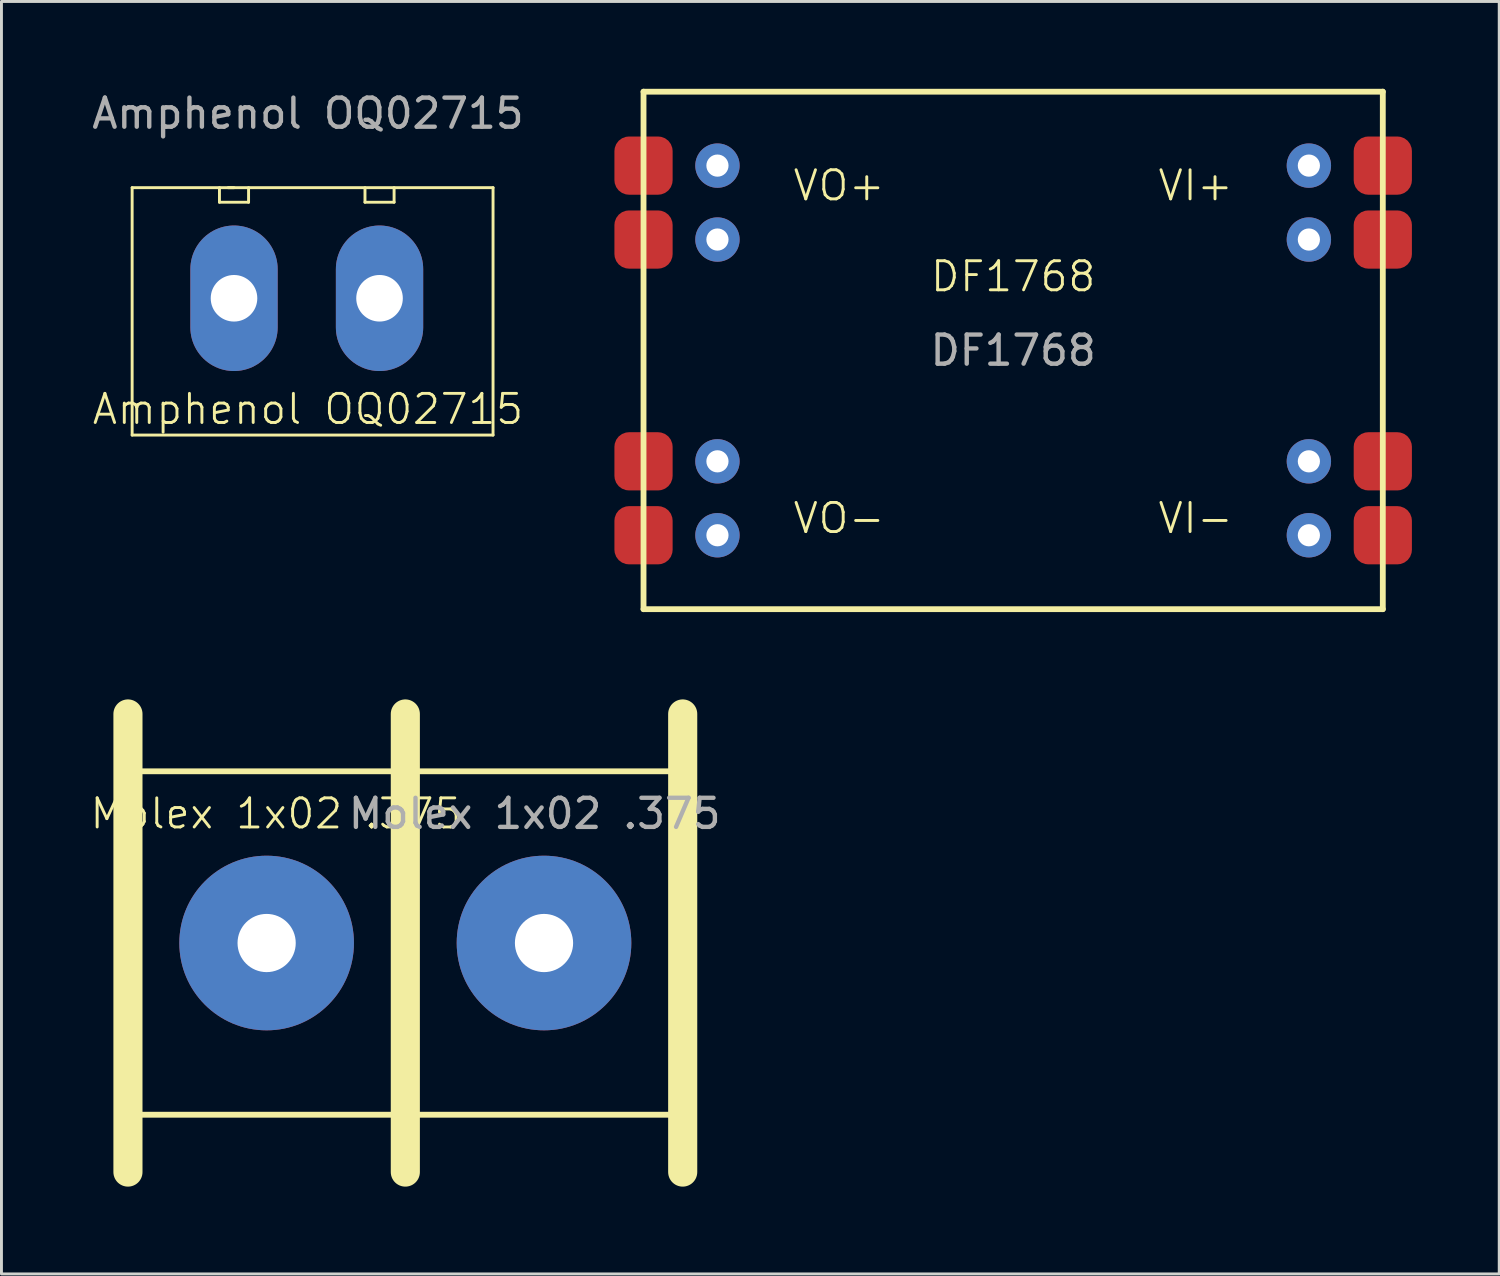
<source format=kicad_pcb>
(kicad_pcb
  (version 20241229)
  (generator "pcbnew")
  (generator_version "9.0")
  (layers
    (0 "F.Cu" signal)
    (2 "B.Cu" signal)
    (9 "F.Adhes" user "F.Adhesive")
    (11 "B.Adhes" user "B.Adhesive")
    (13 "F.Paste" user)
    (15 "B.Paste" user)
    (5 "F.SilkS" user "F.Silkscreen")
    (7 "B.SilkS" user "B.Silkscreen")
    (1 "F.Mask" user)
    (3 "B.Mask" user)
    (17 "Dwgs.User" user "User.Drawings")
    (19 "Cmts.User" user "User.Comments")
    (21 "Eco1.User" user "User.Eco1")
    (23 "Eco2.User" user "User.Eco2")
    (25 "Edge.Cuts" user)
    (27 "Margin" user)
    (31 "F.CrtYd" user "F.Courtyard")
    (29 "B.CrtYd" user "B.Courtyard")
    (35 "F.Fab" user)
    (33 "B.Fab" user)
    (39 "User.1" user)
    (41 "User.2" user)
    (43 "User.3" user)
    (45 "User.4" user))
  (footprint "Molex 1x02 .375"
    (layer "F.Cu")
    (at 10.876 29.35)
    (property "Reference" "Molex 1x02 .375" (at -4.445 -4.445 0) (unlocked yes) (layer "F.SilkS") (effects (font (size 1 1) (thickness 0.1))))
    (attr through_hole)
    (fp_line (start -9.53 -7.87) (end -9.53 7.87) (stroke (width 1) (type default)) (layer "F.SilkS"))
    (fp_line (start -9.53 5.9) (end 9.53 5.9) (stroke (width 0.2) (type default)) (layer "F.SilkS"))
    (fp_line (start 0 -7.87) (end 0 7.87) (stroke (width 1) (type default)) (layer "F.SilkS"))
    (fp_line (start 9.53 -5.9) (end -9.53 -5.9) (stroke (width 0.2) (type default)) (layer "F.SilkS"))
    (fp_line (start 9.53 7.87) (end 9.53 -7.87) (stroke (width 1) (type default)) (layer "F.SilkS"))
    (fp_text user "${REFERENCE}" (at 4.445 -4.445 0) (unlocked yes) (layer "F.Fab") (effects (font (size 1 1) (thickness 0.15))))
    (pad "1" thru_hole circle (at -4.765 0) (size 6 6) (drill 2) (layers "*.Cu" "*.Mask"))
    (pad "2" thru_hole circle (at 4.765 0) (size 6 6) (drill 2) (layers "*.Cu" "*.Mask")))
  (footprint "DF1768"
    (layer "F.Cu")
    (at 31.76 8.99)
    (property "Reference" "DF1768" (at 0 -2.54 0) (unlocked yes) (layer "F.SilkS") (effects (font (size 1 1) (thickness 0.1))))
    (attr through_hole)
    (fp_line (start -12.7 -8.89) (end 12.7 -8.89) (stroke (width 0.2) (type default)) (layer "F.SilkS"))
    (fp_line (start -12.7 8.89) (end -12.7 -8.89) (stroke (width 0.2) (type default)) (layer "F.SilkS"))
    (fp_line (start 12.7 -8.89) (end 12.7 8.89) (stroke (width 0.2) (type default)) (layer "F.SilkS"))
    (fp_line (start 12.7 8.89) (end -12.7 8.89) (stroke (width 0.2) (type default)) (layer "F.SilkS"))
    (fp_text user "VO-" (at -7.62 6.35 0) (unlocked yes) (layer "F.SilkS") (effects (font (size 1 1) (thickness 0.1)) (justify left bottom)))
    (fp_text user "VI-" (at 7.62 6.35 0) (unlocked yes) (layer "F.SilkS") (effects (font (size 1 1) (thickness 0.1)) (justify right bottom)))
    (fp_text user "VO+" (at -7.62 -5.08 0) (unlocked yes) (layer "F.SilkS") (effects (font (size 1 1) (thickness 0.1)) (justify left bottom)))
    (fp_text user "VI+" (at 7.62 -5.08 0) (unlocked yes) (layer "F.SilkS") (effects (font (size 1 1) (thickness 0.1)) (justify right bottom)))
    (fp_text user "${REFERENCE}" (at 0 0 0) (unlocked yes) (layer "F.Fab") (effects (font (size 1 1) (thickness 0.15))))
    (pad "1" smd roundrect (at -12.7 -6.35) (size 2 2) (layers "F.Cu" "F.Mask" "F.Paste") (roundrect_rratio 0.25))
    (pad "1" thru_hole circle (at -10.16 -6.35) (size 1.524 1.524) (drill 0.762) (layers "*.Cu" "*.Mask"))
    (pad "2" smd roundrect (at -12.7 -3.81) (size 2 2) (layers "F.Cu" "F.Mask" "F.Paste") (roundrect_rratio 0.25))
    (pad "2" thru_hole circle (at -10.16 -3.81) (size 1.524 1.524) (drill 0.762) (layers "*.Cu" "*.Mask"))
    (pad "3" smd roundrect (at -12.7 3.81) (size 2 2) (layers "F.Cu" "F.Mask" "F.Paste") (roundrect_rratio 0.25))
    (pad "3" thru_hole circle (at -10.16 3.81) (size 1.524 1.524) (drill 0.762) (layers "*.Cu" "*.Mask"))
    (pad "4" smd roundrect (at -12.7 6.35) (size 2 2) (layers "F.Cu" "F.Mask" "F.Paste") (roundrect_rratio 0.25))
    (pad "4" thru_hole circle (at -10.16 6.35) (size 1.524 1.524) (drill 0.762) (layers "*.Cu" "*.Mask"))
    (pad "5" thru_hole circle (at 10.16 6.35) (size 1.524 1.524) (drill 0.762) (layers "*.Cu" "*.Mask"))
    (pad "5" smd roundrect (at 12.7 6.35) (size 2 2) (layers "F.Cu" "F.Mask" "F.Paste") (roundrect_rratio 0.25))
    (pad "6" thru_hole circle (at 10.16 3.81) (size 1.524 1.524) (drill 0.762) (layers "*.Cu" "*.Mask"))
    (pad "6" smd roundrect (at 12.7 3.81) (size 2 2) (layers "F.Cu" "F.Mask" "F.Paste") (roundrect_rratio 0.25))
    (pad "7" thru_hole circle (at 10.16 -3.81) (size 1.524 1.524) (drill 0.762) (layers "*.Cu" "*.Mask"))
    (pad "7" smd roundrect (at 12.7 -3.81) (size 2 2) (layers "F.Cu" "F.Mask" "F.Paste") (roundrect_rratio 0.25))
    (pad "8" thru_hole circle (at 10.16 -6.35) (size 1.524 1.524) (drill 0.762) (layers "*.Cu" "*.Mask"))
    (pad "8" smd roundrect (at 12.7 -6.35) (size 2 2) (layers "F.Cu" "F.Mask" "F.Paste") (roundrect_rratio 0.25)))
  (footprint "Amphenol OQ02715"
    (layer "F.Cu")
    (at 7.49 7.198)
    (property "Reference" "Amphenol OQ02715" (at 0.04 3.81 0) (unlocked yes) (layer "F.SilkS") (effects (font (size 1 1) (thickness 0.1))))
    (attr through_hole)
    (fp_line (start -6 -3.8) (end 6.4 -3.8) (stroke (width 0.1) (type default)) (layer "F.SilkS"))
    (fp_line (start -6 4.7) (end -6 -3.8) (stroke (width 0.1) (type default)) (layer "F.SilkS"))
    (fp_line (start -3 -3.8) (end -3 -3.3) (stroke (width 0.1) (type default)) (layer "F.SilkS"))
    (fp_line (start -3 -3.3) (end -2 -3.3) (stroke (width 0.1) (type default)) (layer "F.SilkS"))
    (fp_line (start -2.5 -3.8) (end -2.7 -3.8) (stroke (width 0.1) (type default)) (layer "F.SilkS"))
    (fp_line (start -2 -3.3) (end -2 -3.8) (stroke (width 0.1) (type default)) (layer "F.SilkS"))
    (fp_line (start 2 -3.8) (end 2 -3.3) (stroke (width 0.1) (type default)) (layer "F.SilkS"))
    (fp_line (start 2 -3.3) (end 3 -3.3) (stroke (width 0.1) (type default)) (layer "F.SilkS"))
    (fp_line (start 3 -3.3) (end 3 -3.8) (stroke (width 0.1) (type default)) (layer "F.SilkS"))
    (fp_line (start 6.4 -3.8) (end 6.4 4.7) (stroke (width 0.1) (type default)) (layer "F.SilkS"))
    (fp_line (start 6.4 4.7) (end -6 4.7) (stroke (width 0.1) (type default)) (layer "F.SilkS"))
    (fp_text user "${REFERENCE}" (at 0.04 -6.35 0) (unlocked yes) (layer "F.Fab") (effects (font (size 1 1) (thickness 0.15))))
    (pad "1" thru_hole oval (at -2.5 0 90) (size 5 3) (drill 1.6) (layers "*.Cu" "*.Mask"))
    (pad "2" thru_hole oval (at 2.5 0 90) (size 5 3) (drill 1.6) (layers "*.Cu" "*.Mask")))
  (gr_rect
    (start -3 -3)
    (end 48.46 40.72)
    (stroke (width 0.1) (type default))
    (fill no)
    (layer "Edge.Cuts")))
</source>
